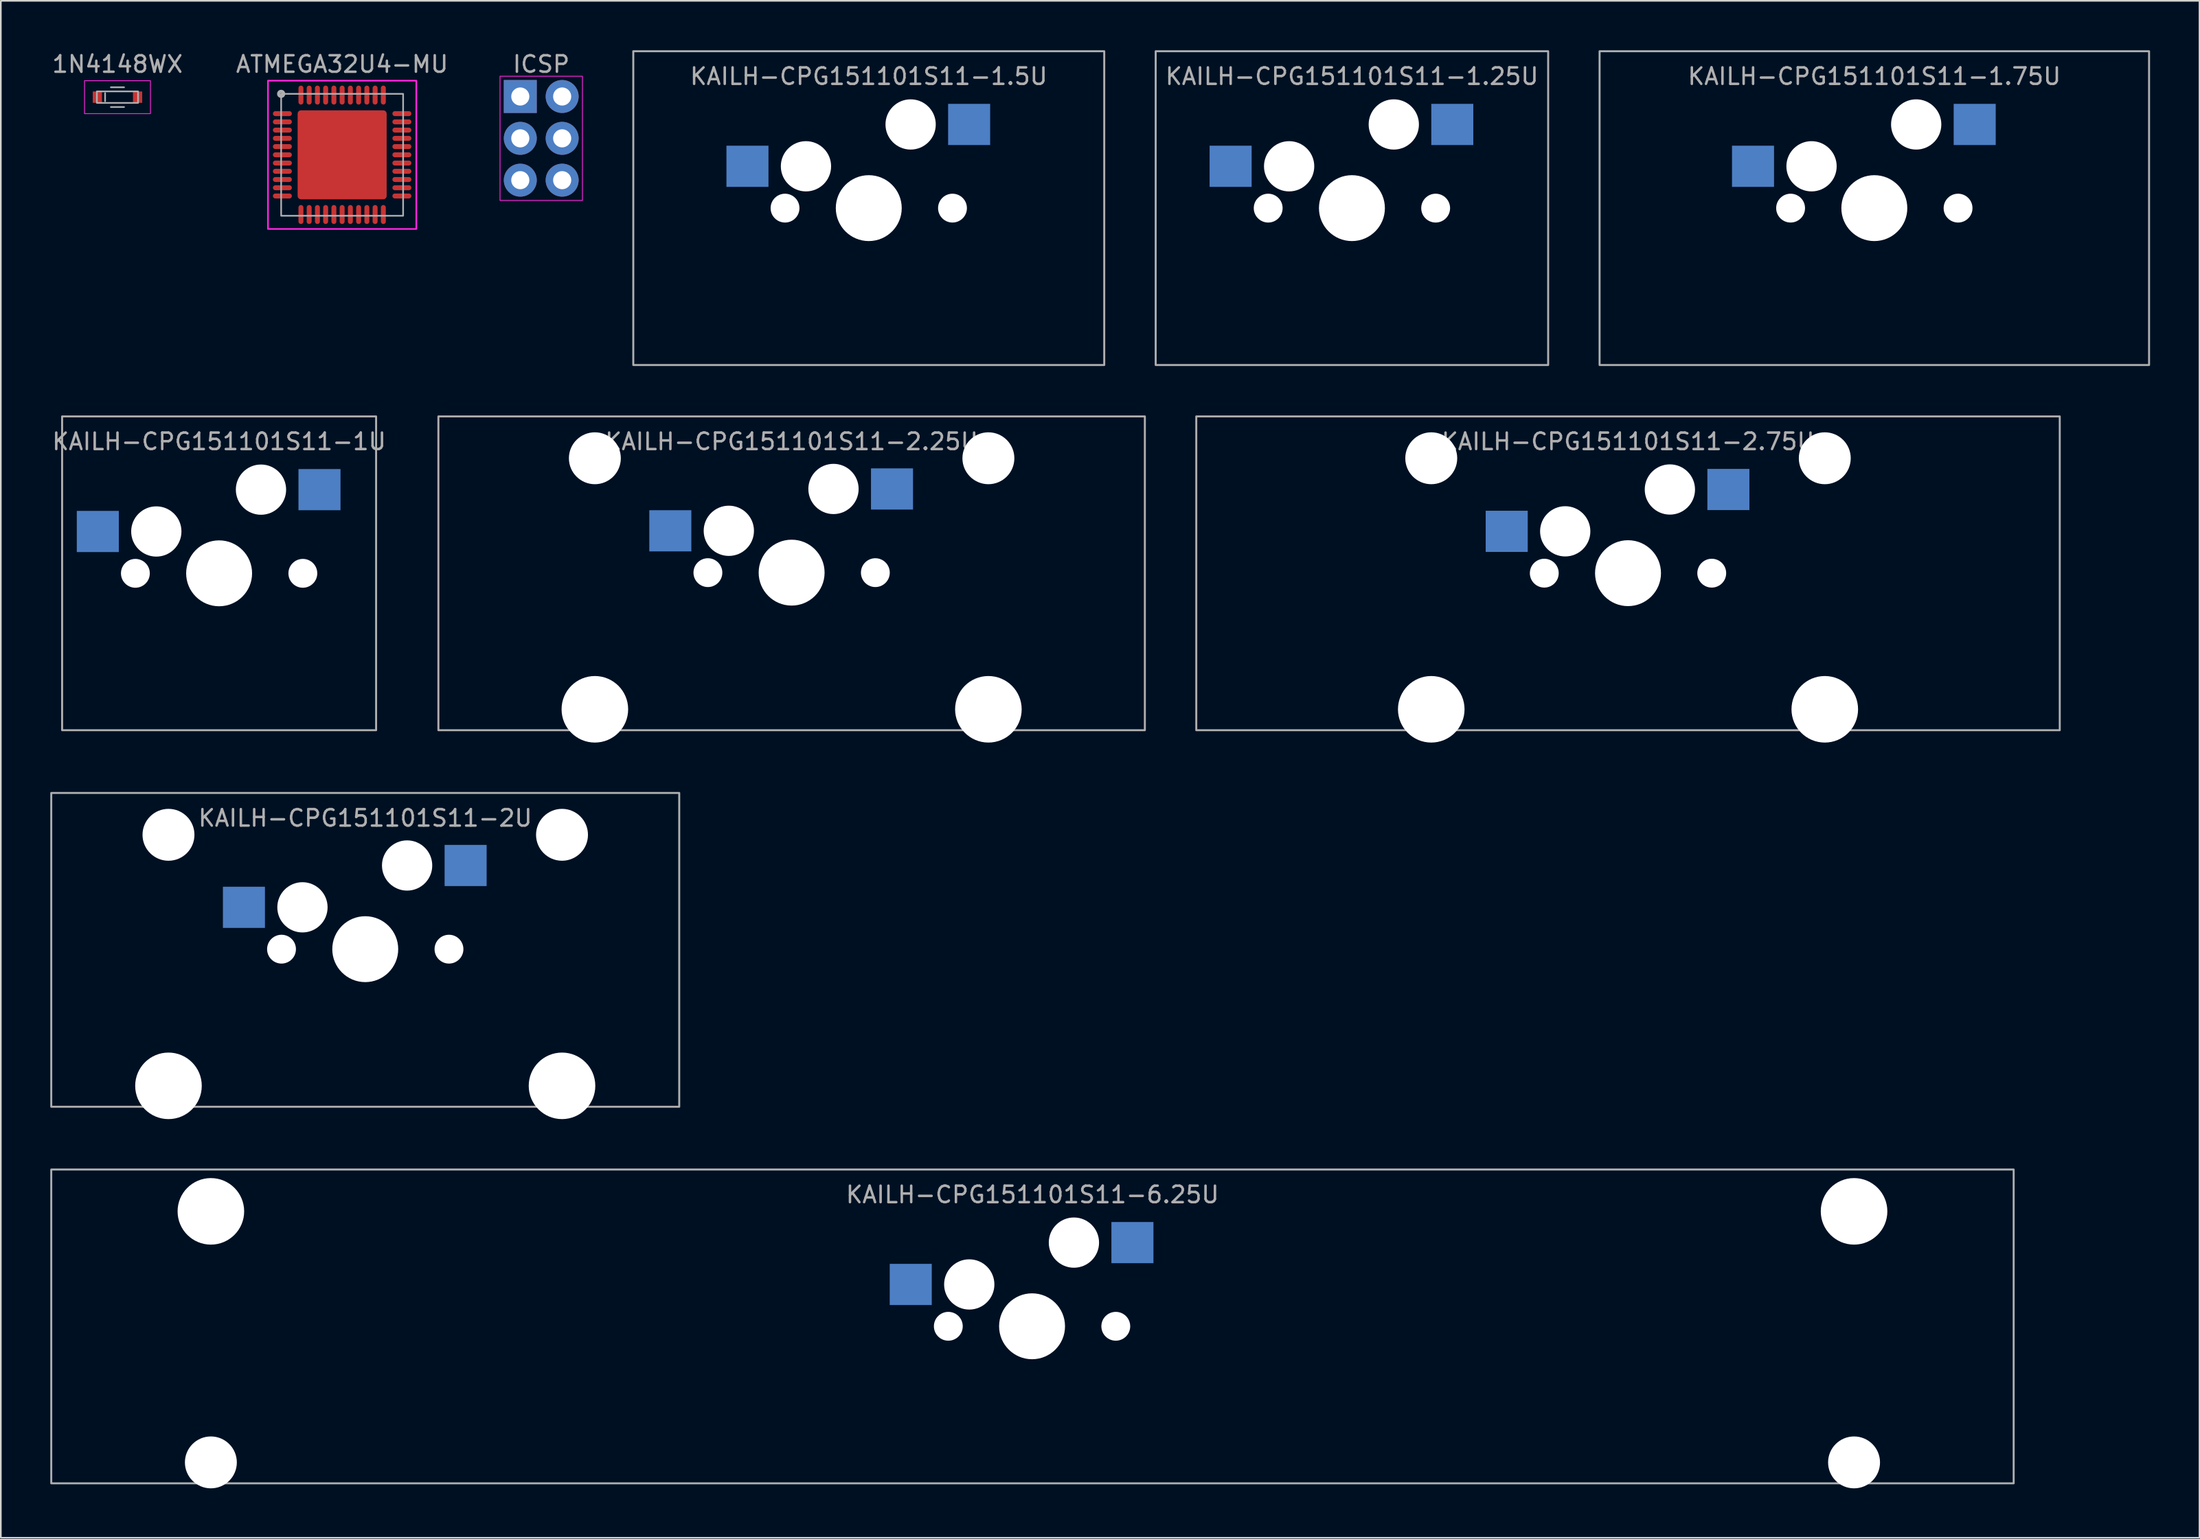
<source format=kicad_pcb>
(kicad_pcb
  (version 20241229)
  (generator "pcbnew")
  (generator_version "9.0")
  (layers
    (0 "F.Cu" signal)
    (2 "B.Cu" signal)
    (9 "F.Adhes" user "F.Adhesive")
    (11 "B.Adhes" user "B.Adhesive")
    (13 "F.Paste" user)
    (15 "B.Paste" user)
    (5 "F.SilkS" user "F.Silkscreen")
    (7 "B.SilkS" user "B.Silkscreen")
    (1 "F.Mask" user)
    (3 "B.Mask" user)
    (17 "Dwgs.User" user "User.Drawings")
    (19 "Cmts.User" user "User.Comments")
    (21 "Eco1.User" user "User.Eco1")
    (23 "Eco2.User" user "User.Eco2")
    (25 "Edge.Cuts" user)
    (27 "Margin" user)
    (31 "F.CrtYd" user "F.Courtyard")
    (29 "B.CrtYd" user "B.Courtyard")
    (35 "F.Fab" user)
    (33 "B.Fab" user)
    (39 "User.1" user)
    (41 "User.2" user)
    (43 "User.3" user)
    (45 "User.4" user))
  (footprint "KAILH-CPG151101S11-1.25U"
    (layer "F.Cu")
    (at 78.973 9.585)
    (property "Reference" "KAILH-CPG151101S11-1.25U" (at 0 -8 0) (unlocked yes) (layer "F.Fab") (effects (font (size 1 1) (thickness 0.15))))
    (attr smd)
    (fp_rect (start -11.906 -9.525) (end 11.906 9.525) (stroke (width 0.12) (type solid)) (fill no) (layer "F.Fab"))
    (pad "" np_thru_hole circle (at -5.08 0) (size 1.75 1.75) (drill 1.75) (layers "*.Cu" "*.Mask"))
    (pad "" np_thru_hole circle (at -3.81 -2.54) (size 3.05 3.05) (drill 3.05) (layers "*.Cu" "*.Mask"))
    (pad "" np_thru_hole circle (at 0 0) (size 4 4) (drill 4) (layers "*.Cu" "*.Mask"))
    (pad "" np_thru_hole circle (at 2.54 -5.08) (size 3.05 3.05) (drill 3.05) (layers "*.Cu" "*.Mask"))
    (pad "" np_thru_hole circle (at 5.08 0) (size 1.75 1.75) (drill 1.75) (layers "*.Cu" "*.Mask"))
    (pad "1" smd rect (at 6.09 -5.08) (size 2.55 2.5) (layers "B.Cu" "B.Mask" "B.Paste"))
    (pad "2" smd rect (at -7.36 -2.54) (size 2.55 2.5) (layers "B.Cu" "B.Mask" "B.Paste")))
  (footprint "KAILH-CPG151101S11-2.75U"
    (layer "F.Cu")
    (at 95.724 31.755)
    (property "Reference" "KAILH-CPG151101S11-2.75U" (at 0 -8 0) (unlocked yes) (layer "F.Fab") (effects (font (size 1 1) (thickness 0.15))))
    (attr smd)
    (fp_rect (start -26.194 -9.525) (end 26.194 9.525) (stroke (width 0.12) (type solid)) (fill no) (layer "F.Fab"))
    (pad "" np_thru_hole circle (at -11.938 -6.985) (size 3.15 3.15) (drill 3.15) (layers "*.Cu" "*.Mask"))
    (pad "" np_thru_hole circle (at -11.938 8.255) (size 4.039 4.039) (drill 4.039) (layers "*.Cu" "*.Mask"))
    (pad "" np_thru_hole circle (at -5.08 -0.009) (size 1.75 1.75) (drill 1.75) (layers "*.Cu" "*.Mask"))
    (pad "" np_thru_hole circle (at -3.81 -2.549) (size 3.05 3.05) (drill 3.05) (layers "*.Cu" "*.Mask"))
    (pad "" np_thru_hole circle (at 0 -0.009) (size 4 4) (drill 4) (layers "*.Cu" "*.Mask"))
    (pad "" np_thru_hole circle (at 2.54 -5.089) (size 3.05 3.05) (drill 3.05) (layers "*.Cu" "*.Mask"))
    (pad "" np_thru_hole circle (at 5.08 -0.009) (size 1.75 1.75) (drill 1.75) (layers "*.Cu" "*.Mask"))
    (pad "" np_thru_hole circle (at 11.938 -6.985) (size 3.15 3.15) (drill 3.15) (layers "*.Cu" "*.Mask"))
    (pad "" np_thru_hole circle (at 11.938 8.255) (size 4.039 4.039) (drill 4.039) (layers "*.Cu" "*.Mask"))
    (pad "1" smd rect (at 6.09 -5.089) (size 2.55 2.5) (layers "B.Cu" "B.Mask" "B.Paste"))
    (pad "2" smd rect (at -7.36 -2.549) (size 2.55 2.5) (layers "B.Cu" "B.Mask" "B.Paste")))
  (footprint "KAILH-CPG151101S11-6.25U"
    (layer "F.Cu")
    (at 59.591 77.474)
    (property "Reference" "KAILH-CPG151101S11-6.25U" (at 0 -8 0) (unlocked yes) (layer "F.Fab") (effects (font (size 1 1) (thickness 0.15))))
    (attr smd)
    (fp_rect (start -59.531 -9.525) (end 59.531 9.525) (stroke (width 0.12) (type solid)) (fill no) (layer "F.Fab"))
    (pad "" np_thru_hole circle (at -49.847 -6.985 180) (size 4.039 4.039) (drill 4.039) (layers "*.Cu" "*.Mask"))
    (pad "" np_thru_hole circle (at -49.847 8.255 180) (size 3.15 3.15) (drill 3.15) (layers "*.Cu" "*.Mask"))
    (pad "" np_thru_hole circle (at -5.105 -0.008) (size 1.75 1.75) (drill 1.75) (layers "*.Cu" "*.Mask"))
    (pad "" np_thru_hole circle (at -3.835 -2.548) (size 3.05 3.05) (drill 3.05) (layers "*.Cu" "*.Mask"))
    (pad "" np_thru_hole circle (at -0.025 -0.008) (size 4 4) (drill 4) (layers "*.Cu" "*.Mask"))
    (pad "" np_thru_hole circle (at 2.515 -5.088) (size 3.05 3.05) (drill 3.05) (layers "*.Cu" "*.Mask"))
    (pad "" np_thru_hole circle (at 5.055 -0.008) (size 1.75 1.75) (drill 1.75) (layers "*.Cu" "*.Mask"))
    (pad "" np_thru_hole circle (at 49.847 -6.985 180) (size 4.039 4.039) (drill 4.039) (layers "*.Cu" "*.Mask"))
    (pad "" np_thru_hole circle (at 49.847 8.255 180) (size 3.15 3.15) (drill 3.15) (layers "*.Cu" "*.Mask"))
    (pad "1" smd rect (at 6.065 -5.088) (size 2.55 2.5) (layers "B.Cu" "B.Mask" "B.Paste"))
    (pad "2" smd rect (at -7.385 -2.548) (size 2.55 2.5) (layers "B.Cu" "B.Mask" "B.Paste")))
  (footprint "ATMEGA32U4-MU"
    (layer "F.Cu")
    (at 17.708 6.348)
    (property "Reference" "ATMEGA32U4-MU" (at 0 -5.5 0) (unlocked yes) (layer "F.Fab") (effects (font (size 1 1) (thickness 0.15))))
    (attr smd)
    (fp_rect (start -4.5 4.5) (end 4.5 -4.5) (stroke (width 0.1) (type solid)) (fill no) (layer "F.CrtYd"))
    (fp_rect (start -3.7 -3.7) (end 3.7 3.7) (stroke (width 0.1) (type solid)) (fill no) (layer "F.Fab"))
    (fp_circle (center -3.7 -3.7) (end -3.55 -3.7) (stroke (width 0.2) (type solid)) (fill no) (layer "F.Fab"))
    (pad "1" smd oval (at -3.625 -2.5) (size 1.15 0.3) (layers "F.Cu" "F.Mask" "F.Paste"))
    (pad "2" smd oval (at -3.625 -2) (size 1.15 0.3) (layers "F.Cu" "F.Mask" "F.Paste"))
    (pad "3" smd oval (at -3.625 -1.5) (size 1.15 0.3) (layers "F.Cu" "F.Mask" "F.Paste"))
    (pad "4" smd oval (at -3.625 -1) (size 1.15 0.3) (layers "F.Cu" "F.Mask" "F.Paste"))
    (pad "5" smd oval (at -3.625 -0.5) (size 1.15 0.3) (layers "F.Cu" "F.Mask" "F.Paste"))
    (pad "6" smd oval (at -3.625 0) (size 1.15 0.3) (layers "F.Cu" "F.Mask" "F.Paste"))
    (pad "7" smd oval (at -3.625 0.5) (size 1.15 0.3) (layers "F.Cu" "F.Mask" "F.Paste"))
    (pad "8" smd oval (at -3.625 1) (size 1.15 0.3) (layers "F.Cu" "F.Mask" "F.Paste"))
    (pad "9" smd oval (at -3.625 1.5) (size 1.15 0.3) (layers "F.Cu" "F.Mask" "F.Paste"))
    (pad "10" smd oval (at -3.625 2) (size 1.15 0.3) (layers "F.Cu" "F.Mask" "F.Paste"))
    (pad "11" smd oval (at -3.625 2.5) (size 1.15 0.3) (layers "F.Cu" "F.Mask" "F.Paste"))
    (pad "12" smd oval (at -2.5 3.625 90) (size 1.15 0.3) (layers "F.Cu" "F.Mask" "F.Paste"))
    (pad "13" smd oval (at -2 3.625 90) (size 1.15 0.3) (layers "F.Cu" "F.Mask" "F.Paste"))
    (pad "14" smd oval (at -1.5 3.625 90) (size 1.15 0.3) (layers "F.Cu" "F.Mask" "F.Paste"))
    (pad "15" smd oval (at -1 3.625 90) (size 1.15 0.3) (layers "F.Cu" "F.Mask" "F.Paste"))
    (pad "16" smd oval (at -0.5 3.625 90) (size 1.15 0.3) (layers "F.Cu" "F.Mask" "F.Paste"))
    (pad "17" smd oval (at 0 3.625 90) (size 1.15 0.3) (layers "F.Cu" "F.Mask" "F.Paste"))
    (pad "18" smd oval (at 0.5 3.625 90) (size 1.15 0.3) (layers "F.Cu" "F.Mask" "F.Paste"))
    (pad "19" smd oval (at 1 3.625 90) (size 1.15 0.3) (layers "F.Cu" "F.Mask" "F.Paste"))
    (pad "20" smd oval (at 1.5 3.625 90) (size 1.15 0.3) (layers "F.Cu" "F.Mask" "F.Paste"))
    (pad "21" smd oval (at 2 3.625 90) (size 1.15 0.3) (layers "F.Cu" "F.Mask" "F.Paste"))
    (pad "22" smd oval (at 2.5 3.625 90) (size 1.15 0.3) (layers "F.Cu" "F.Mask" "F.Paste"))
    (pad "23" smd oval (at 3.625 2.5) (size 1.15 0.3) (layers "F.Cu" "F.Mask" "F.Paste"))
    (pad "24" smd oval (at 3.625 2) (size 1.15 0.3) (layers "F.Cu" "F.Mask" "F.Paste"))
    (pad "25" smd oval (at 3.625 1.5) (size 1.15 0.3) (layers "F.Cu" "F.Mask" "F.Paste"))
    (pad "26" smd oval (at 3.625 1) (size 1.15 0.3) (layers "F.Cu" "F.Mask" "F.Paste"))
    (pad "27" smd oval (at 3.625 0.5) (size 1.15 0.3) (layers "F.Cu" "F.Mask" "F.Paste"))
    (pad "28" smd oval (at 3.625 0) (size 1.15 0.3) (layers "F.Cu" "F.Mask" "F.Paste"))
    (pad "29" smd oval (at 3.625 -0.5) (size 1.15 0.3) (layers "F.Cu" "F.Mask" "F.Paste"))
    (pad "30" smd oval (at 3.625 -1) (size 1.15 0.3) (layers "F.Cu" "F.Mask" "F.Paste"))
    (pad "31" smd oval (at 3.625 -1.5) (size 1.15 0.3) (layers "F.Cu" "F.Mask" "F.Paste"))
    (pad "32" smd oval (at 3.625 -2) (size 1.15 0.3) (layers "F.Cu" "F.Mask" "F.Paste"))
    (pad "33" smd oval (at 3.625 -2.5) (size 1.15 0.3) (layers "F.Cu" "F.Mask" "F.Paste"))
    (pad "34" smd oval (at 2.5 -3.625 90) (size 1.15 0.3) (layers "F.Cu" "F.Mask" "F.Paste"))
    (pad "35" smd oval (at 2 -3.625 90) (size 1.15 0.3) (layers "F.Cu" "F.Mask" "F.Paste"))
    (pad "36" smd oval (at 1.5 -3.625 90) (size 1.15 0.3) (layers "F.Cu" "F.Mask" "F.Paste"))
    (pad "37" smd oval (at 1 -3.625 90) (size 1.15 0.3) (layers "F.Cu" "F.Mask" "F.Paste"))
    (pad "38" smd oval (at 0.5 -3.625 90) (size 1.15 0.3) (layers "F.Cu" "F.Mask" "F.Paste"))
    (pad "39" smd oval (at 0 -3.625 90) (size 1.15 0.3) (layers "F.Cu" "F.Mask" "F.Paste"))
    (pad "40" smd oval (at -0.5 -3.625 90) (size 1.15 0.3) (layers "F.Cu" "F.Mask" "F.Paste"))
    (pad "41" smd oval (at -1 -3.625 90) (size 1.15 0.3) (layers "F.Cu" "F.Mask" "F.Paste"))
    (pad "42" smd oval (at -1.5 -3.625 90) (size 1.15 0.3) (layers "F.Cu" "F.Mask" "F.Paste"))
    (pad "43" smd oval (at -2 -3.625 90) (size 1.15 0.3) (layers "F.Cu" "F.Mask" "F.Paste"))
    (pad "44" smd oval (at -2.5 -3.625 90) (size 1.15 0.3) (layers "F.Cu" "F.Mask" "F.Paste"))
    (pad "45" smd roundrect (at 0 0) (size 5.4 5.4) (layers "F.Cu" "F.Mask" "F.Paste") (roundrect_rratio 0.037)))
  (footprint "KAILH-CPG151101S11-1U"
    (layer "F.Cu")
    (at 10.244 31.755)
    (property "Reference" "KAILH-CPG151101S11-1U" (at 0 -8 0) (unlocked yes) (layer "F.Fab") (effects (font (size 1 1) (thickness 0.15))))
    (attr smd)
    (fp_rect (start -9.525 -9.525) (end 9.525 9.525) (stroke (width 0.12) (type solid)) (fill no) (layer "F.Fab"))
    (pad "" np_thru_hole circle (at -5.08 0) (size 1.75 1.75) (drill 1.75) (layers "*.Cu" "*.Mask"))
    (pad "" np_thru_hole circle (at -3.81 -2.54) (size 3.05 3.05) (drill 3.05) (layers "*.Cu" "*.Mask"))
    (pad "" np_thru_hole circle (at 0 0) (size 4 4) (drill 4) (layers "*.Cu" "*.Mask"))
    (pad "" np_thru_hole circle (at 2.54 -5.08) (size 3.05 3.05) (drill 3.05) (layers "*.Cu" "*.Mask"))
    (pad "" np_thru_hole circle (at 5.08 0) (size 1.75 1.75) (drill 1.75) (layers "*.Cu" "*.Mask"))
    (pad "1" smd rect (at 6.09 -5.08) (size 2.55 2.5) (layers "B.Cu" "B.Mask" "B.Paste"))
    (pad "2" smd rect (at -7.36 -2.54) (size 2.55 2.5) (layers "B.Cu" "B.Mask" "B.Paste")))
  (footprint "KAILH-CPG151101S11-1.5U"
    (layer "F.Cu")
    (at 49.659 9.585)
    (property "Reference" "KAILH-CPG151101S11-1.5U" (at 0 -8 0) (unlocked yes) (layer "F.Fab") (effects (font (size 1 1) (thickness 0.15))))
    (attr smd)
    (fp_rect (start -14.287 -9.525) (end 14.287 9.525) (stroke (width 0.12) (type solid)) (fill no) (layer "F.Fab"))
    (pad "" np_thru_hole circle (at -5.08 0) (size 1.75 1.75) (drill 1.75) (layers "*.Cu" "*.Mask"))
    (pad "" np_thru_hole circle (at -3.81 -2.54) (size 3.05 3.05) (drill 3.05) (layers "*.Cu" "*.Mask"))
    (pad "" np_thru_hole circle (at 0 0) (size 4 4) (drill 4) (layers "*.Cu" "*.Mask"))
    (pad "" np_thru_hole circle (at 2.54 -5.08) (size 3.05 3.05) (drill 3.05) (layers "*.Cu" "*.Mask"))
    (pad "" np_thru_hole circle (at 5.08 0) (size 1.75 1.75) (drill 1.75) (layers "*.Cu" "*.Mask"))
    (pad "1" smd rect (at 6.09 -5.08) (size 2.55 2.5) (layers "B.Cu" "B.Mask" "B.Paste"))
    (pad "2" smd rect (at -7.36 -2.54) (size 2.55 2.5) (layers "B.Cu" "B.Mask" "B.Paste")))
  (footprint "KAILH-CPG151101S11-2.25U"
    (layer "F.Cu")
    (at 44.979 31.755)
    (property "Reference" "KAILH-CPG151101S11-2.25U" (at 0 -8 0) (unlocked yes) (layer "F.Fab") (effects (font (size 1 1) (thickness 0.15))))
    (attr smd)
    (fp_rect (start -21.431 -9.525) (end 21.431 9.525) (stroke (width 0.12) (type solid)) (fill no) (layer "F.Fab"))
    (pad "" np_thru_hole circle (at -11.938 -6.985) (size 3.15 3.15) (drill 3.15) (layers "*.Cu" "*.Mask"))
    (pad "" np_thru_hole circle (at -11.938 8.255) (size 4.039 4.039) (drill 4.039) (layers "*.Cu" "*.Mask"))
    (pad "" np_thru_hole circle (at -5.08 -0.041) (size 1.75 1.75) (drill 1.75) (layers "*.Cu" "*.Mask"))
    (pad "" np_thru_hole circle (at -3.81 -2.581) (size 3.05 3.05) (drill 3.05) (layers "*.Cu" "*.Mask"))
    (pad "" np_thru_hole circle (at 0 -0.041) (size 4 4) (drill 4) (layers "*.Cu" "*.Mask"))
    (pad "" np_thru_hole circle (at 2.54 -5.121) (size 3.05 3.05) (drill 3.05) (layers "*.Cu" "*.Mask"))
    (pad "" np_thru_hole circle (at 5.08 -0.041) (size 1.75 1.75) (drill 1.75) (layers "*.Cu" "*.Mask"))
    (pad "" np_thru_hole circle (at 11.938 -6.985) (size 3.15 3.15) (drill 3.15) (layers "*.Cu" "*.Mask"))
    (pad "" np_thru_hole circle (at 11.938 8.255) (size 4.039 4.039) (drill 4.039) (layers "*.Cu" "*.Mask"))
    (pad "1" smd rect (at 6.09 -5.121) (size 2.55 2.5) (layers "B.Cu" "B.Mask" "B.Paste"))
    (pad "2" smd rect (at -7.36 -2.581) (size 2.55 2.5) (layers "B.Cu" "B.Mask" "B.Paste")))
  (footprint "ICSP"
    (layer "F.Cu")
    (at 29.787 5.348)
    (property "Reference" "ICSP" (at 0 -4.5 0) (unlocked yes) (layer "F.Fab") (effects (font (size 1 1) (thickness 0.15))))
    (attr smd)
    (fp_rect (start -2.5 -3.77) (end 2.5 3.77) (stroke (width 0.05) (type solid)) (fill no) (layer "F.CrtYd"))
    (pad "1" thru_hole rect (at -1.27 -2.54) (size 2 2) (drill 1.1) (layers "*.Cu" "*.Mask"))
    (pad "2" thru_hole circle (at 1.27 -2.54) (size 2 2) (drill 1.1) (layers "*.Cu" "*.Mask"))
    (pad "3" thru_hole circle (at -1.27 0) (size 2 2) (drill 1.1) (layers "*.Cu" "*.Mask"))
    (pad "4" thru_hole circle (at 1.27 0) (size 2 2) (drill 1.1) (layers "*.Cu" "*.Mask"))
    (pad "5" thru_hole circle (at -1.27 2.54) (size 2 2) (drill 1.1) (layers "*.Cu" "*.Mask"))
    (pad "6" thru_hole circle (at 1.27 2.54) (size 2 2) (drill 1.1) (layers "*.Cu" "*.Mask")))
  (footprint "1N4148WX"
    (layer "F.Cu")
    (at 4.077 2.848)
    (property "Reference" "1N4148WX" (at 0 -2 0) (unlocked yes) (layer "F.Fab") (effects (font (size 1 1) (thickness 0.15))))
    (attr smd)
    (fp_rect (start -2 -1) (end 2 1) (stroke (width 0.05) (type solid)) (fill no) (layer "F.CrtYd"))
    (fp_line (start -0.75 -0.25) (end -0.75 0.25) (stroke (width 0.1) (type solid)) (layer "F.Fab"))
    (fp_rect (start -0.4 -0.6) (end 0.4 -0.6) (stroke (width 0.1) (type solid)) (fill no) (layer "F.Fab"))
    (fp_rect (start -0.4 0.6) (end 0.4 0.6) (stroke (width 0.1) (type solid)) (fill no) (layer "F.Fab"))
    (fp_rect (start 1.25 -0.35) (end -1.25 0.35) (stroke (width 0.1) (type solid)) (fill no) (layer "F.Fab"))
    (pad "1" smd rect (at -1.22 0) (size 0.56 0.69) (layers "F.Cu" "F.Mask" "F.Paste"))
    (pad "2" smd rect (at 1.22 0) (size 0.56 0.69) (layers "F.Cu" "F.Mask" "F.Paste")))
  (footprint "KAILH-CPG151101S11-1.75U"
    (layer "F.Cu")
    (at 110.668 9.585)
    (property "Reference" "KAILH-CPG151101S11-1.75U" (at 0 -8 0) (unlocked yes) (layer "F.Fab") (effects (font (size 1 1) (thickness 0.15))))
    (attr smd)
    (fp_rect (start -16.669 -9.525) (end 16.669 9.525) (stroke (width 0.12) (type solid)) (fill no) (layer "F.Fab"))
    (pad "" np_thru_hole circle (at -5.08 0) (size 1.75 1.75) (drill 1.75) (layers "*.Cu" "*.Mask"))
    (pad "" np_thru_hole circle (at -3.81 -2.54) (size 3.05 3.05) (drill 3.05) (layers "*.Cu" "*.Mask"))
    (pad "" np_thru_hole circle (at 0 0) (size 4 4) (drill 4) (layers "*.Cu" "*.Mask"))
    (pad "" np_thru_hole circle (at 2.54 -5.08) (size 3.05 3.05) (drill 3.05) (layers "*.Cu" "*.Mask"))
    (pad "" np_thru_hole circle (at 5.08 0) (size 1.75 1.75) (drill 1.75) (layers "*.Cu" "*.Mask"))
    (pad "1" smd rect (at 6.09 -5.08) (size 2.55 2.5) (layers "B.Cu" "B.Mask" "B.Paste"))
    (pad "2" smd rect (at -7.36 -2.54) (size 2.55 2.5) (layers "B.Cu" "B.Mask" "B.Paste")))
  (footprint "KAILH-CPG151101S11-2U"
    (layer "F.Cu")
    (at 19.11 54.614)
    (property "Reference" "KAILH-CPG151101S11-2U" (at 0 -8 0) (unlocked yes) (layer "F.Fab") (effects (font (size 1 1) (thickness 0.15))))
    (attr smd)
    (fp_rect (start -19.05 -9.525) (end 19.05 9.525) (stroke (width 0.12) (type solid)) (fill no) (layer "F.Fab"))
    (pad "" np_thru_hole circle (at -11.938 -6.985) (size 3.15 3.15) (drill 3.15) (layers "*.Cu" "*.Mask"))
    (pad "" np_thru_hole circle (at -11.938 8.255) (size 4.039 4.039) (drill 4.039) (layers "*.Cu" "*.Mask"))
    (pad "" np_thru_hole circle (at -5.08 -0.042) (size 1.75 1.75) (drill 1.75) (layers "*.Cu" "*.Mask"))
    (pad "" np_thru_hole circle (at -3.81 -2.582) (size 3.05 3.05) (drill 3.05) (layers "*.Cu" "*.Mask"))
    (pad "" np_thru_hole circle (at 0 -0.042) (size 4 4) (drill 4) (layers "*.Cu" "*.Mask"))
    (pad "" np_thru_hole circle (at 2.54 -5.122) (size 3.05 3.05) (drill 3.05) (layers "*.Cu" "*.Mask"))
    (pad "" np_thru_hole circle (at 5.08 -0.042) (size 1.75 1.75) (drill 1.75) (layers "*.Cu" "*.Mask"))
    (pad "" np_thru_hole circle (at 11.938 -6.985) (size 3.15 3.15) (drill 3.15) (layers "*.Cu" "*.Mask"))
    (pad "" np_thru_hole circle (at 11.938 8.255) (size 4.039 4.039) (drill 4.039) (layers "*.Cu" "*.Mask"))
    (pad "1" smd rect (at 6.09 -5.122) (size 2.55 2.5) (layers "B.Cu" "B.Mask" "B.Paste"))
    (pad "2" smd rect (at -7.36 -2.582) (size 2.55 2.5) (layers "B.Cu" "B.Mask" "B.Paste")))
  (gr_rect
    (start -3 -3)
    (end 130.397 90.304)
    (stroke (width 0.1) (type default))
    (fill no)
    (layer "Edge.Cuts")))
</source>
